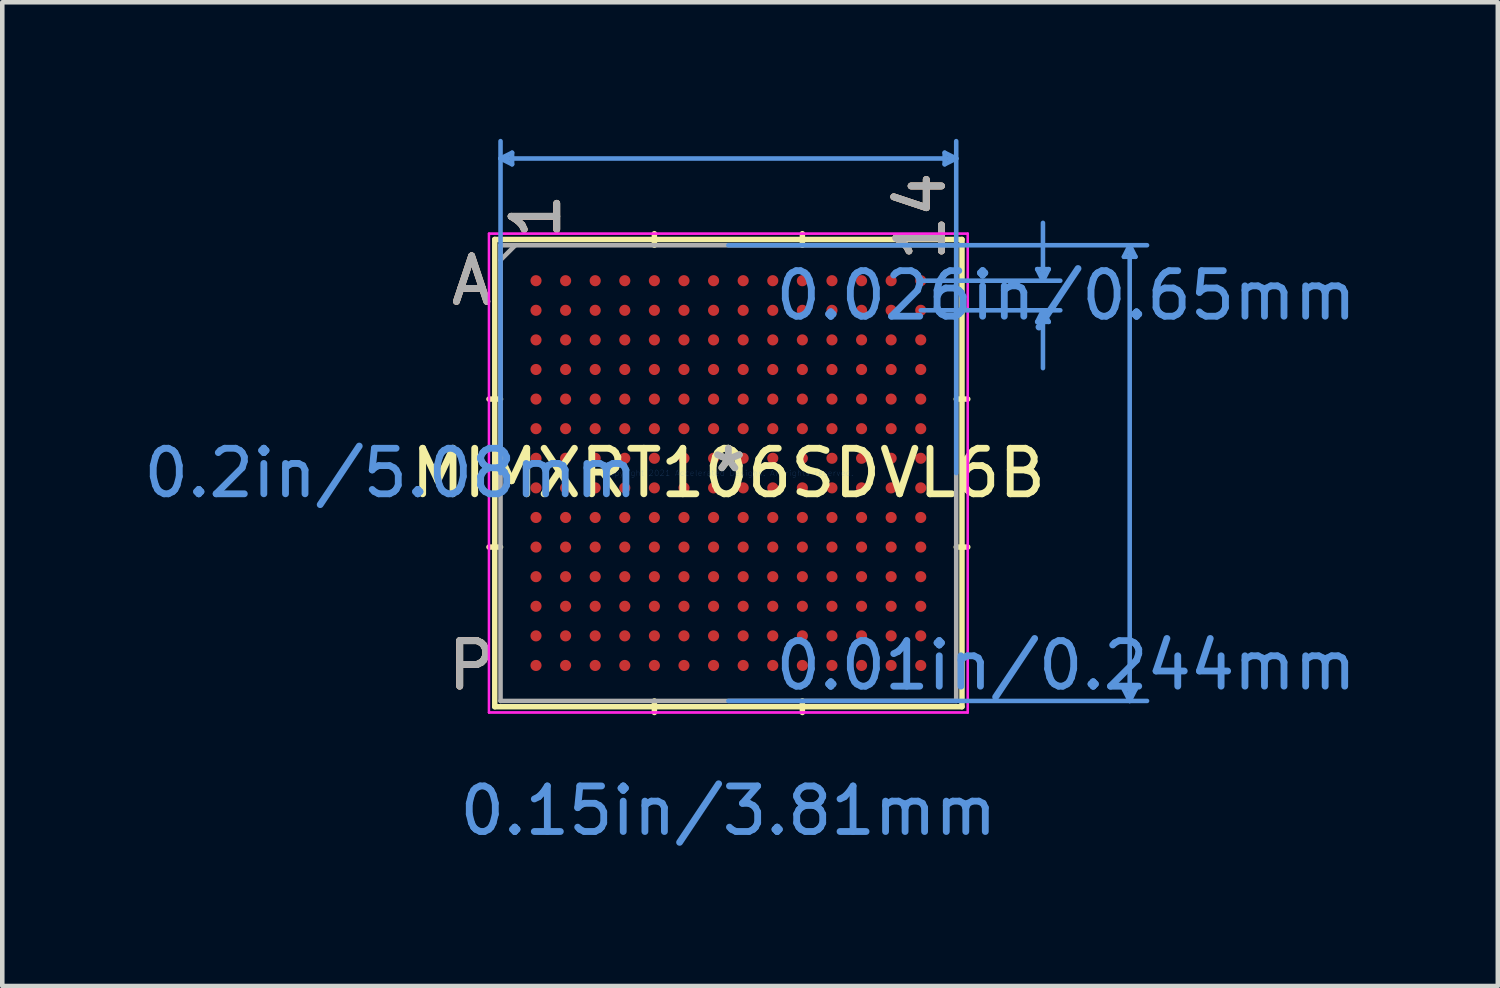
<source format=kicad_pcb>
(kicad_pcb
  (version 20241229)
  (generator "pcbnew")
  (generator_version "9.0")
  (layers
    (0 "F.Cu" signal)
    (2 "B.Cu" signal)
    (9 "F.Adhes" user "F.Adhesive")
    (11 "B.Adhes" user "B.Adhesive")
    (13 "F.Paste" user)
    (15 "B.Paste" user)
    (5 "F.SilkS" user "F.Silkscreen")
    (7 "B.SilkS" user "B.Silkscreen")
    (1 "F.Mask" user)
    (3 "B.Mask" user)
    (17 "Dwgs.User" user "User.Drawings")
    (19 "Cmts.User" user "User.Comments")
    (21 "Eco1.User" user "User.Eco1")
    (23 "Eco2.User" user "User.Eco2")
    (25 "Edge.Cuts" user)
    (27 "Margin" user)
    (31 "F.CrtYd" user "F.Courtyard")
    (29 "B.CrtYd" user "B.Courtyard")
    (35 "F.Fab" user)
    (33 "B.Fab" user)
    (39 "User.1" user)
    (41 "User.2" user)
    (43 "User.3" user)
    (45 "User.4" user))
  (footprint "MIMXRT106SDVL6B"
    (layer "F.Cu")
    (at 12.947 7.34)
    (property "Reference" "MIMXRT106SDVL6B" (at 0 0 0) (layer "F.SilkS") (effects (font (size 1 1) (thickness 0.15))))
    (attr through_hole)
    (fp_line (start -5.131 -5.131) (end -5.131 5.131) (stroke (width 0.12) (type solid)) (layer "F.SilkS"))
    (fp_line (start -5.131 5.131) (end 5.131 5.131) (stroke (width 0.12) (type solid)) (layer "F.SilkS"))
    (fp_line (start -5.004 -1.625) (end -5.258 -1.625) (stroke (width 0.12) (type solid)) (layer "F.SilkS"))
    (fp_line (start -5.004 1.625) (end -5.258 1.625) (stroke (width 0.12) (type solid)) (layer "F.SilkS"))
    (fp_line (start -1.625 -5.004) (end -1.625 -5.258) (stroke (width 0.12) (type solid)) (layer "F.SilkS"))
    (fp_line (start -1.625 5.004) (end -1.625 5.258) (stroke (width 0.12) (type solid)) (layer "F.SilkS"))
    (fp_line (start 1.625 -5.004) (end 1.625 -5.258) (stroke (width 0.12) (type solid)) (layer "F.SilkS"))
    (fp_line (start 1.625 5.004) (end 1.625 5.258) (stroke (width 0.12) (type solid)) (layer "F.SilkS"))
    (fp_line (start 5.004 -1.625) (end 5.258 -1.625) (stroke (width 0.12) (type solid)) (layer "F.SilkS"))
    (fp_line (start 5.004 1.625) (end 5.258 1.625) (stroke (width 0.12) (type solid)) (layer "F.SilkS"))
    (fp_line (start 5.131 -5.131) (end -5.131 -5.131) (stroke (width 0.12) (type solid)) (layer "F.SilkS"))
    (fp_line (start 5.131 5.131) (end 5.131 -5.131) (stroke (width 0.12) (type solid)) (layer "F.SilkS"))
    (fp_line (start -5.004 -6.909) (end -4.75 -7.036) (stroke (width 0.1) (type solid)) (layer "Cmts.User"))
    (fp_line (start -5.004 -6.909) (end -4.75 -6.782) (stroke (width 0.1) (type solid)) (layer "Cmts.User"))
    (fp_line (start -5.004 -6.909) (end 5.004 -6.909) (stroke (width 0.1) (type solid)) (layer "Cmts.User"))
    (fp_line (start -5.004 0) (end -5.004 -7.29) (stroke (width 0.1) (type solid)) (layer "Cmts.User"))
    (fp_line (start -4.75 -7.036) (end -4.75 -6.782) (stroke (width 0.1) (type solid)) (layer "Cmts.User"))
    (fp_line (start 0 -5.004) (end 9.195 -5.004) (stroke (width 0.1) (type solid)) (layer "Cmts.User"))
    (fp_line (start 0 5.004) (end 9.195 5.004) (stroke (width 0.1) (type solid)) (layer "Cmts.User"))
    (fp_line (start 4.225 -4.225) (end 7.29 -4.225) (stroke (width 0.1) (type solid)) (layer "Cmts.User"))
    (fp_line (start 4.225 -3.575) (end 7.29 -3.575) (stroke (width 0.1) (type solid)) (layer "Cmts.User"))
    (fp_line (start 4.75 -7.036) (end 4.75 -6.782) (stroke (width 0.1) (type solid)) (layer "Cmts.User"))
    (fp_line (start 5.004 -6.909) (end 4.75 -7.036) (stroke (width 0.1) (type solid)) (layer "Cmts.User"))
    (fp_line (start 5.004 -6.909) (end 4.75 -6.782) (stroke (width 0.1) (type solid)) (layer "Cmts.User"))
    (fp_line (start 5.004 0) (end 5.004 -7.29) (stroke (width 0.1) (type solid)) (layer "Cmts.User"))
    (fp_line (start 6.782 -4.479) (end 7.036 -4.479) (stroke (width 0.1) (type solid)) (layer "Cmts.User"))
    (fp_line (start 6.782 -3.321) (end 7.036 -3.321) (stroke (width 0.1) (type solid)) (layer "Cmts.User"))
    (fp_line (start 6.909 -4.225) (end 6.782 -4.479) (stroke (width 0.1) (type solid)) (layer "Cmts.User"))
    (fp_line (start 6.909 -4.225) (end 6.909 -5.495) (stroke (width 0.1) (type solid)) (layer "Cmts.User"))
    (fp_line (start 6.909 -4.225) (end 7.036 -4.479) (stroke (width 0.1) (type solid)) (layer "Cmts.User"))
    (fp_line (start 6.909 -3.575) (end 6.782 -3.321) (stroke (width 0.1) (type solid)) (layer "Cmts.User"))
    (fp_line (start 6.909 -3.575) (end 6.909 -2.305) (stroke (width 0.1) (type solid)) (layer "Cmts.User"))
    (fp_line (start 6.909 -3.575) (end 7.036 -3.321) (stroke (width 0.1) (type solid)) (layer "Cmts.User"))
    (fp_line (start 8.687 -4.75) (end 8.941 -4.75) (stroke (width 0.1) (type solid)) (layer "Cmts.User"))
    (fp_line (start 8.687 4.75) (end 8.941 4.75) (stroke (width 0.1) (type solid)) (layer "Cmts.User"))
    (fp_line (start 8.814 -5.004) (end 8.687 -4.75) (stroke (width 0.1) (type solid)) (layer "Cmts.User"))
    (fp_line (start 8.814 -5.004) (end 8.814 5.004) (stroke (width 0.1) (type solid)) (layer "Cmts.User"))
    (fp_line (start 8.814 -5.004) (end 8.941 -4.75) (stroke (width 0.1) (type solid)) (layer "Cmts.User"))
    (fp_line (start 8.814 5.004) (end 8.687 4.75) (stroke (width 0.1) (type solid)) (layer "Cmts.User"))
    (fp_line (start 8.814 5.004) (end 8.941 4.75) (stroke (width 0.1) (type solid)) (layer "Cmts.User"))
    (fp_line (start -5.258 -5.258) (end 5.258 -5.258) (stroke (width 0.05) (type solid)) (layer "F.CrtYd"))
    (fp_line (start -5.258 -5.258) (end 5.258 -5.258) (stroke (width 0.05) (type solid)) (layer "F.CrtYd"))
    (fp_line (start -5.258 5.258) (end -5.258 -5.258) (stroke (width 0.05) (type solid)) (layer "F.CrtYd"))
    (fp_line (start -5.258 5.258) (end -5.258 -5.258) (stroke (width 0.05) (type solid)) (layer "F.CrtYd"))
    (fp_line (start 5.258 -5.258) (end 5.258 5.258) (stroke (width 0.05) (type solid)) (layer "F.CrtYd"))
    (fp_line (start 5.258 -5.258) (end 5.258 5.258) (stroke (width 0.05) (type solid)) (layer "F.CrtYd"))
    (fp_line (start 5.258 5.258) (end -5.258 5.258) (stroke (width 0.05) (type solid)) (layer "F.CrtYd"))
    (fp_line (start 5.258 5.258) (end -5.258 5.258) (stroke (width 0.05) (type solid)) (layer "F.CrtYd"))
    (fp_line (start -5.004 -5.004) (end -5.004 5.004) (stroke (width 0.1) (type solid)) (layer "F.Fab"))
    (fp_line (start -5.004 5.004) (end 5.004 5.004) (stroke (width 0.1) (type solid)) (layer "F.Fab"))
    (fp_line (start -4.679 -5.004) (end -5.004 -4.679) (stroke (width 0.1) (type solid)) (layer "F.Fab"))
    (fp_line (start 5.004 -5.004) (end -5.004 -5.004) (stroke (width 0.1) (type solid)) (layer "F.Fab"))
    (fp_line (start 5.004 5.004) (end 5.004 -5.004) (stroke (width 0.1) (type solid)) (layer "F.Fab"))
    (fp_text user "P" (at -5.639 4.225 0) (layer "F.SilkS") (effects (font (size 1 1) (thickness 0.15))))
    (fp_text user "14" (at 4.225 -5.639 90) (layer "F.SilkS") (effects (font (size 1 1) (thickness 0.15))))
    (fp_text user "A" (at -5.639 -4.225 0) (layer "F.SilkS") (effects (font (size 1 1) (thickness 0.15))))
    (fp_text user "*" (at 0 0 0) (layer "F.SilkS") (effects (font (size 1 1) (thickness 0.15))))
    (fp_text user "1" (at -4.225 -5.639 90) (layer "F.SilkS") (effects (font (size 1 1) (thickness 0.15))))
    (fp_text user "1" (at -4.225 -5.639 90) (layer "B.SilkS") (effects (font (size 1 1) (thickness 0.15))))
    (fp_text user "A" (at -5.639 -4.225 0) (layer "B.SilkS") (effects (font (size 1 1) (thickness 0.15))))
    (fp_text user "14" (at 4.225 -5.639 90) (layer "B.SilkS") (effects (font (size 1 1) (thickness 0.15))))
    (fp_text user "P" (at -5.639 4.225 0) (layer "B.SilkS") (effects (font (size 1 1) (thickness 0.15))))
    (fp_text user "0.15in/3.81mm" (at 0 7.417 0) (layer "Cmts.User") (effects (font (size 1 1) (thickness 0.15))))
    (fp_text user "0.2in/5.08mm" (at -7.417 0 0) (layer "Cmts.User") (effects (font (size 1 1) (thickness 0.15))))
    (fp_text user "Copyright 2021 Accelerated Designs. All rights reserved." (at 0 0 0) (layer "Cmts.User") (effects (font (size 0.127 0.127) (thickness 0.002))))
    (fp_text user "0.01in/0.244mm" (at 7.417 4.225 0) (layer "Cmts.User") (effects (font (size 1 1) (thickness 0.15))))
    (fp_text user "0.026in/0.65mm" (at 7.417 -3.9 0) (layer "Cmts.User") (effects (font (size 1 1) (thickness 0.15))))
    (fp_text user "P" (at -5.639 4.225 0) (layer "F.Fab") (effects (font (size 1 1) (thickness 0.15))))
    (fp_text user "14" (at 4.225 -5.639 90) (layer "F.Fab") (effects (font (size 1 1) (thickness 0.15))))
    (fp_text user "A" (at -5.639 -4.225 0) (layer "F.Fab") (effects (font (size 1 1) (thickness 0.15))))
    (fp_text user "1" (at -4.225 -5.639 90) (layer "F.Fab") (effects (font (size 1 1) (thickness 0.15))))
    (fp_text user "*" (at 0 0 0) (layer "F.Fab") (effects (font (size 1 1) (thickness 0.15))))
    (pad "A1" smd circle (at -4.225 -4.225) (size 0.244 0.244) (layers "F.Cu" "F.Mask" "F.Paste"))
    (pad "A2" smd circle (at -3.575 -4.225) (size 0.244 0.244) (layers "F.Cu" "F.Mask" "F.Paste"))
    (pad "A3" smd circle (at -2.925 -4.225) (size 0.244 0.244) (layers "F.Cu" "F.Mask" "F.Paste"))
    (pad "A4" smd circle (at -2.275 -4.225) (size 0.244 0.244) (layers "F.Cu" "F.Mask" "F.Paste"))
    (pad "A5" smd circle (at -1.625 -4.225) (size 0.244 0.244) (layers "F.Cu" "F.Mask" "F.Paste"))
    (pad "A6" smd circle (at -0.975 -4.225) (size 0.244 0.244) (layers "F.Cu" "F.Mask" "F.Paste"))
    (pad "A7" smd circle (at -0.325 -4.225) (size 0.244 0.244) (layers "F.Cu" "F.Mask" "F.Paste"))
    (pad "A8" smd circle (at 0.325 -4.225) (size 0.244 0.244) (layers "F.Cu" "F.Mask" "F.Paste"))
    (pad "A9" smd circle (at 0.975 -4.225) (size 0.244 0.244) (layers "F.Cu" "F.Mask" "F.Paste"))
    (pad "A10" smd circle (at 1.625 -4.225) (size 0.244 0.244) (layers "F.Cu" "F.Mask" "F.Paste"))
    (pad "A11" smd circle (at 2.275 -4.225) (size 0.244 0.244) (layers "F.Cu" "F.Mask" "F.Paste"))
    (pad "A12" smd circle (at 2.925 -4.225) (size 0.244 0.244) (layers "F.Cu" "F.Mask" "F.Paste"))
    (pad "A13" smd circle (at 3.575 -4.225) (size 0.244 0.244) (layers "F.Cu" "F.Mask" "F.Paste"))
    (pad "A14" smd circle (at 4.225 -4.225) (size 0.244 0.244) (layers "F.Cu" "F.Mask" "F.Paste"))
    (pad "B1" smd circle (at -4.225 -3.575) (size 0.244 0.244) (layers "F.Cu" "F.Mask" "F.Paste"))
    (pad "B2" smd circle (at -3.575 -3.575) (size 0.244 0.244) (layers "F.Cu" "F.Mask" "F.Paste"))
    (pad "B3" smd circle (at -2.925 -3.575) (size 0.244 0.244) (layers "F.Cu" "F.Mask" "F.Paste"))
    (pad "B4" smd circle (at -2.275 -3.575) (size 0.244 0.244) (layers "F.Cu" "F.Mask" "F.Paste"))
    (pad "B5" smd circle (at -1.625 -3.575) (size 0.244 0.244) (layers "F.Cu" "F.Mask" "F.Paste"))
    (pad "B6" smd circle (at -0.975 -3.575) (size 0.244 0.244) (layers "F.Cu" "F.Mask" "F.Paste"))
    (pad "B7" smd circle (at -0.325 -3.575) (size 0.244 0.244) (layers "F.Cu" "F.Mask" "F.Paste"))
    (pad "B8" smd circle (at 0.325 -3.575) (size 0.244 0.244) (layers "F.Cu" "F.Mask" "F.Paste"))
    (pad "B9" smd circle (at 0.975 -3.575) (size 0.244 0.244) (layers "F.Cu" "F.Mask" "F.Paste"))
    (pad "B10" smd circle (at 1.625 -3.575) (size 0.244 0.244) (layers "F.Cu" "F.Mask" "F.Paste"))
    (pad "B11" smd circle (at 2.275 -3.575) (size 0.244 0.244) (layers "F.Cu" "F.Mask" "F.Paste"))
    (pad "B12" smd circle (at 2.925 -3.575) (size 0.244 0.244) (layers "F.Cu" "F.Mask" "F.Paste"))
    (pad "B13" smd circle (at 3.575 -3.575) (size 0.244 0.244) (layers "F.Cu" "F.Mask" "F.Paste"))
    (pad "B14" smd circle (at 4.225 -3.575) (size 0.244 0.244) (layers "F.Cu" "F.Mask" "F.Paste"))
    (pad "C1" smd circle (at -4.225 -2.925) (size 0.244 0.244) (layers "F.Cu" "F.Mask" "F.Paste"))
    (pad "C2" smd circle (at -3.575 -2.925) (size 0.244 0.244) (layers "F.Cu" "F.Mask" "F.Paste"))
    (pad "C3" smd circle (at -2.925 -2.925) (size 0.244 0.244) (layers "F.Cu" "F.Mask" "F.Paste"))
    (pad "C4" smd circle (at -2.275 -2.925) (size 0.244 0.244) (layers "F.Cu" "F.Mask" "F.Paste"))
    (pad "C5" smd circle (at -1.625 -2.925) (size 0.244 0.244) (layers "F.Cu" "F.Mask" "F.Paste"))
    (pad "C6" smd circle (at -0.975 -2.925) (size 0.244 0.244) (layers "F.Cu" "F.Mask" "F.Paste"))
    (pad "C7" smd circle (at -0.325 -2.925) (size 0.244 0.244) (layers "F.Cu" "F.Mask" "F.Paste"))
    (pad "C8" smd circle (at 0.325 -2.925) (size 0.244 0.244) (layers "F.Cu" "F.Mask" "F.Paste"))
    (pad "C9" smd circle (at 0.975 -2.925) (size 0.244 0.244) (layers "F.Cu" "F.Mask" "F.Paste"))
    (pad "C10" smd circle (at 1.625 -2.925) (size 0.244 0.244) (layers "F.Cu" "F.Mask" "F.Paste"))
    (pad "C11" smd circle (at 2.275 -2.925) (size 0.244 0.244) (layers "F.Cu" "F.Mask" "F.Paste"))
    (pad "C12" smd circle (at 2.925 -2.925) (size 0.244 0.244) (layers "F.Cu" "F.Mask" "F.Paste"))
    (pad "C13" smd circle (at 3.575 -2.925) (size 0.244 0.244) (layers "F.Cu" "F.Mask" "F.Paste"))
    (pad "C14" smd circle (at 4.225 -2.925) (size 0.244 0.244) (layers "F.Cu" "F.Mask" "F.Paste"))
    (pad "D1" smd circle (at -4.225 -2.275) (size 0.244 0.244) (layers "F.Cu" "F.Mask" "F.Paste"))
    (pad "D2" smd circle (at -3.575 -2.275) (size 0.244 0.244) (layers "F.Cu" "F.Mask" "F.Paste"))
    (pad "D3" smd circle (at -2.925 -2.275) (size 0.244 0.244) (layers "F.Cu" "F.Mask" "F.Paste"))
    (pad "D4" smd circle (at -2.275 -2.275) (size 0.244 0.244) (layers "F.Cu" "F.Mask" "F.Paste"))
    (pad "D5" smd circle (at -1.625 -2.275) (size 0.244 0.244) (layers "F.Cu" "F.Mask" "F.Paste"))
    (pad "D6" smd circle (at -0.975 -2.275) (size 0.244 0.244) (layers "F.Cu" "F.Mask" "F.Paste"))
    (pad "D7" smd circle (at -0.325 -2.275) (size 0.244 0.244) (layers "F.Cu" "F.Mask" "F.Paste"))
    (pad "D8" smd circle (at 0.325 -2.275) (size 0.244 0.244) (layers "F.Cu" "F.Mask" "F.Paste"))
    (pad "D9" smd circle (at 0.975 -2.275) (size 0.244 0.244) (layers "F.Cu" "F.Mask" "F.Paste"))
    (pad "D10" smd circle (at 1.625 -2.275) (size 0.244 0.244) (layers "F.Cu" "F.Mask" "F.Paste"))
    (pad "D11" smd circle (at 2.275 -2.275) (size 0.244 0.244) (layers "F.Cu" "F.Mask" "F.Paste"))
    (pad "D12" smd circle (at 2.925 -2.275) (size 0.244 0.244) (layers "F.Cu" "F.Mask" "F.Paste"))
    (pad "D13" smd circle (at 3.575 -2.275) (size 0.244 0.244) (layers "F.Cu" "F.Mask" "F.Paste"))
    (pad "D14" smd circle (at 4.225 -2.275) (size 0.244 0.244) (layers "F.Cu" "F.Mask" "F.Paste"))
    (pad "E1" smd circle (at -4.225 -1.625) (size 0.244 0.244) (layers "F.Cu" "F.Mask" "F.Paste"))
    (pad "E2" smd circle (at -3.575 -1.625) (size 0.244 0.244) (layers "F.Cu" "F.Mask" "F.Paste"))
    (pad "E3" smd circle (at -2.925 -1.625) (size 0.244 0.244) (layers "F.Cu" "F.Mask" "F.Paste"))
    (pad "E4" smd circle (at -2.275 -1.625) (size 0.244 0.244) (layers "F.Cu" "F.Mask" "F.Paste"))
    (pad "E5" smd circle (at -1.625 -1.625) (size 0.244 0.244) (layers "F.Cu" "F.Mask" "F.Paste"))
    (pad "E6" smd circle (at -0.975 -1.625) (size 0.244 0.244) (layers "F.Cu" "F.Mask" "F.Paste"))
    (pad "E7" smd circle (at -0.325 -1.625) (size 0.244 0.244) (layers "F.Cu" "F.Mask" "F.Paste"))
    (pad "E8" smd circle (at 0.325 -1.625) (size 0.244 0.244) (layers "F.Cu" "F.Mask" "F.Paste"))
    (pad "E9" smd circle (at 0.975 -1.625) (size 0.244 0.244) (layers "F.Cu" "F.Mask" "F.Paste"))
    (pad "E10" smd circle (at 1.625 -1.625) (size 0.244 0.244) (layers "F.Cu" "F.Mask" "F.Paste"))
    (pad "E11" smd circle (at 2.275 -1.625) (size 0.244 0.244) (layers "F.Cu" "F.Mask" "F.Paste"))
    (pad "E12" smd circle (at 2.925 -1.625) (size 0.244 0.244) (layers "F.Cu" "F.Mask" "F.Paste"))
    (pad "E13" smd circle (at 3.575 -1.625) (size 0.244 0.244) (layers "F.Cu" "F.Mask" "F.Paste"))
    (pad "E14" smd circle (at 4.225 -1.625) (size 0.244 0.244) (layers "F.Cu" "F.Mask" "F.Paste"))
    (pad "F1" smd circle (at -4.225 -0.975) (size 0.244 0.244) (layers "F.Cu" "F.Mask" "F.Paste"))
    (pad "F2" smd circle (at -3.575 -0.975) (size 0.244 0.244) (layers "F.Cu" "F.Mask" "F.Paste"))
    (pad "F3" smd circle (at -2.925 -0.975) (size 0.244 0.244) (layers "F.Cu" "F.Mask" "F.Paste"))
    (pad "F4" smd circle (at -2.275 -0.975) (size 0.244 0.244) (layers "F.Cu" "F.Mask" "F.Paste"))
    (pad "F5" smd circle (at -1.625 -0.975) (size 0.244 0.244) (layers "F.Cu" "F.Mask" "F.Paste"))
    (pad "F6" smd circle (at -0.975 -0.975) (size 0.244 0.244) (layers "F.Cu" "F.Mask" "F.Paste"))
    (pad "F7" smd circle (at -0.325 -0.975) (size 0.244 0.244) (layers "F.Cu" "F.Mask" "F.Paste"))
    (pad "F8" smd circle (at 0.325 -0.975) (size 0.244 0.244) (layers "F.Cu" "F.Mask" "F.Paste"))
    (pad "F9" smd circle (at 0.975 -0.975) (size 0.244 0.244) (layers "F.Cu" "F.Mask" "F.Paste"))
    (pad "F10" smd circle (at 1.625 -0.975) (size 0.244 0.244) (layers "F.Cu" "F.Mask" "F.Paste"))
    (pad "F11" smd circle (at 2.275 -0.975) (size 0.244 0.244) (layers "F.Cu" "F.Mask" "F.Paste"))
    (pad "F12" smd circle (at 2.925 -0.975) (size 0.244 0.244) (layers "F.Cu" "F.Mask" "F.Paste"))
    (pad "F13" smd circle (at 3.575 -0.975) (size 0.244 0.244) (layers "F.Cu" "F.Mask" "F.Paste"))
    (pad "F14" smd circle (at 4.225 -0.975) (size 0.244 0.244) (layers "F.Cu" "F.Mask" "F.Paste"))
    (pad "G1" smd circle (at -4.225 -0.325) (size 0.244 0.244) (layers "F.Cu" "F.Mask" "F.Paste"))
    (pad "G2" smd circle (at -3.575 -0.325) (size 0.244 0.244) (layers "F.Cu" "F.Mask" "F.Paste"))
    (pad "G3" smd circle (at -2.925 -0.325) (size 0.244 0.244) (layers "F.Cu" "F.Mask" "F.Paste"))
    (pad "G4" smd circle (at -2.275 -0.325) (size 0.244 0.244) (layers "F.Cu" "F.Mask" "F.Paste"))
    (pad "G5" smd circle (at -1.625 -0.325) (size 0.244 0.244) (layers "F.Cu" "F.Mask" "F.Paste"))
    (pad "G6" smd circle (at -0.975 -0.325) (size 0.244 0.244) (layers "F.Cu" "F.Mask" "F.Paste"))
    (pad "G7" smd circle (at -0.325 -0.325) (size 0.244 0.244) (layers "F.Cu" "F.Mask" "F.Paste"))
    (pad "G8" smd circle (at 0.325 -0.325) (size 0.244 0.244) (layers "F.Cu" "F.Mask" "F.Paste"))
    (pad "G9" smd circle (at 0.975 -0.325) (size 0.244 0.244) (layers "F.Cu" "F.Mask" "F.Paste"))
    (pad "G10" smd circle (at 1.625 -0.325) (size 0.244 0.244) (layers "F.Cu" "F.Mask" "F.Paste"))
    (pad "G11" smd circle (at 2.275 -0.325) (size 0.244 0.244) (layers "F.Cu" "F.Mask" "F.Paste"))
    (pad "G12" smd circle (at 2.925 -0.325) (size 0.244 0.244) (layers "F.Cu" "F.Mask" "F.Paste"))
    (pad "G13" smd circle (at 3.575 -0.325) (size 0.244 0.244) (layers "F.Cu" "F.Mask" "F.Paste"))
    (pad "G14" smd circle (at 4.225 -0.325) (size 0.244 0.244) (layers "F.Cu" "F.Mask" "F.Paste"))
    (pad "H1" smd circle (at -4.225 0.325) (size 0.244 0.244) (layers "F.Cu" "F.Mask" "F.Paste"))
    (pad "H2" smd circle (at -3.575 0.325) (size 0.244 0.244) (layers "F.Cu" "F.Mask" "F.Paste"))
    (pad "H3" smd circle (at -2.925 0.325) (size 0.244 0.244) (layers "F.Cu" "F.Mask" "F.Paste"))
    (pad "H4" smd circle (at -2.275 0.325) (size 0.244 0.244) (layers "F.Cu" "F.Mask" "F.Paste"))
    (pad "H5" smd circle (at -1.625 0.325) (size 0.244 0.244) (layers "F.Cu" "F.Mask" "F.Paste"))
    (pad "H6" smd circle (at -0.975 0.325) (size 0.244 0.244) (layers "F.Cu" "F.Mask" "F.Paste"))
    (pad "H7" smd circle (at -0.325 0.325) (size 0.244 0.244) (layers "F.Cu" "F.Mask" "F.Paste"))
    (pad "H8" smd circle (at 0.325 0.325) (size 0.244 0.244) (layers "F.Cu" "F.Mask" "F.Paste"))
    (pad "H9" smd circle (at 0.975 0.325) (size 0.244 0.244) (layers "F.Cu" "F.Mask" "F.Paste"))
    (pad "H10" smd circle (at 1.625 0.325) (size 0.244 0.244) (layers "F.Cu" "F.Mask" "F.Paste"))
    (pad "H11" smd circle (at 2.275 0.325) (size 0.244 0.244) (layers "F.Cu" "F.Mask" "F.Paste"))
    (pad "H12" smd circle (at 2.925 0.325) (size 0.244 0.244) (layers "F.Cu" "F.Mask" "F.Paste"))
    (pad "H13" smd circle (at 3.575 0.325) (size 0.244 0.244) (layers "F.Cu" "F.Mask" "F.Paste"))
    (pad "H14" smd circle (at 4.225 0.325) (size 0.244 0.244) (layers "F.Cu" "F.Mask" "F.Paste"))
    (pad "J1" smd circle (at -4.225 0.975) (size 0.244 0.244) (layers "F.Cu" "F.Mask" "F.Paste"))
    (pad "J2" smd circle (at -3.575 0.975) (size 0.244 0.244) (layers "F.Cu" "F.Mask" "F.Paste"))
    (pad "J3" smd circle (at -2.925 0.975) (size 0.244 0.244) (layers "F.Cu" "F.Mask" "F.Paste"))
    (pad "J4" smd circle (at -2.275 0.975) (size 0.244 0.244) (layers "F.Cu" "F.Mask" "F.Paste"))
    (pad "J5" smd circle (at -1.625 0.975) (size 0.244 0.244) (layers "F.Cu" "F.Mask" "F.Paste"))
    (pad "J6" smd circle (at -0.975 0.975) (size 0.244 0.244) (layers "F.Cu" "F.Mask" "F.Paste"))
    (pad "J7" smd circle (at -0.325 0.975) (size 0.244 0.244) (layers "F.Cu" "F.Mask" "F.Paste"))
    (pad "J8" smd circle (at 0.325 0.975) (size 0.244 0.244) (layers "F.Cu" "F.Mask" "F.Paste"))
    (pad "J9" smd circle (at 0.975 0.975) (size 0.244 0.244) (layers "F.Cu" "F.Mask" "F.Paste"))
    (pad "J10" smd circle (at 1.625 0.975) (size 0.244 0.244) (layers "F.Cu" "F.Mask" "F.Paste"))
    (pad "J11" smd circle (at 2.275 0.975) (size 0.244 0.244) (layers "F.Cu" "F.Mask" "F.Paste"))
    (pad "J12" smd circle (at 2.925 0.975) (size 0.244 0.244) (layers "F.Cu" "F.Mask" "F.Paste"))
    (pad "J13" smd circle (at 3.575 0.975) (size 0.244 0.244) (layers "F.Cu" "F.Mask" "F.Paste"))
    (pad "J14" smd circle (at 4.225 0.975) (size 0.244 0.244) (layers "F.Cu" "F.Mask" "F.Paste"))
    (pad "K1" smd circle (at -4.225 1.625) (size 0.244 0.244) (layers "F.Cu" "F.Mask" "F.Paste"))
    (pad "K2" smd circle (at -3.575 1.625) (size 0.244 0.244) (layers "F.Cu" "F.Mask" "F.Paste"))
    (pad "K3" smd circle (at -2.925 1.625) (size 0.244 0.244) (layers "F.Cu" "F.Mask" "F.Paste"))
    (pad "K4" smd circle (at -2.275 1.625) (size 0.244 0.244) (layers "F.Cu" "F.Mask" "F.Paste"))
    (pad "K5" smd circle (at -1.625 1.625) (size 0.244 0.244) (layers "F.Cu" "F.Mask" "F.Paste"))
    (pad "K6" smd circle (at -0.975 1.625) (size 0.244 0.244) (layers "F.Cu" "F.Mask" "F.Paste"))
    (pad "K7" smd circle (at -0.325 1.625) (size 0.244 0.244) (layers "F.Cu" "F.Mask" "F.Paste"))
    (pad "K8" smd circle (at 0.325 1.625) (size 0.244 0.244) (layers "F.Cu" "F.Mask" "F.Paste"))
    (pad "K9" smd circle (at 0.975 1.625) (size 0.244 0.244) (layers "F.Cu" "F.Mask" "F.Paste"))
    (pad "K10" smd circle (at 1.625 1.625) (size 0.244 0.244) (layers "F.Cu" "F.Mask" "F.Paste"))
    (pad "K11" smd circle (at 2.275 1.625) (size 0.244 0.244) (layers "F.Cu" "F.Mask" "F.Paste"))
    (pad "K12" smd circle (at 2.925 1.625) (size 0.244 0.244) (layers "F.Cu" "F.Mask" "F.Paste"))
    (pad "K13" smd circle (at 3.575 1.625) (size 0.244 0.244) (layers "F.Cu" "F.Mask" "F.Paste"))
    (pad "K14" smd circle (at 4.225 1.625) (size 0.244 0.244) (layers "F.Cu" "F.Mask" "F.Paste"))
    (pad "L1" smd circle (at -4.225 2.275) (size 0.244 0.244) (layers "F.Cu" "F.Mask" "F.Paste"))
    (pad "L2" smd circle (at -3.575 2.275) (size 0.244 0.244) (layers "F.Cu" "F.Mask" "F.Paste"))
    (pad "L3" smd circle (at -2.925 2.275) (size 0.244 0.244) (layers "F.Cu" "F.Mask" "F.Paste"))
    (pad "L4" smd circle (at -2.275 2.275) (size 0.244 0.244) (layers "F.Cu" "F.Mask" "F.Paste"))
    (pad "L5" smd circle (at -1.625 2.275) (size 0.244 0.244) (layers "F.Cu" "F.Mask" "F.Paste"))
    (pad "L6" smd circle (at -0.975 2.275) (size 0.244 0.244) (layers "F.Cu" "F.Mask" "F.Paste"))
    (pad "L7" smd circle (at -0.325 2.275) (size 0.244 0.244) (layers "F.Cu" "F.Mask" "F.Paste"))
    (pad "L8" smd circle (at 0.325 2.275) (size 0.244 0.244) (layers "F.Cu" "F.Mask" "F.Paste"))
    (pad "L9" smd circle (at 0.975 2.275) (size 0.244 0.244) (layers "F.Cu" "F.Mask" "F.Paste"))
    (pad "L10" smd circle (at 1.625 2.275) (size 0.244 0.244) (layers "F.Cu" "F.Mask" "F.Paste"))
    (pad "L11" smd circle (at 2.275 2.275) (size 0.244 0.244) (layers "F.Cu" "F.Mask" "F.Paste"))
    (pad "L12" smd circle (at 2.925 2.275) (size 0.244 0.244) (layers "F.Cu" "F.Mask" "F.Paste"))
    (pad "L13" smd circle (at 3.575 2.275) (size 0.244 0.244) (layers "F.Cu" "F.Mask" "F.Paste"))
    (pad "L14" smd circle (at 4.225 2.275) (size 0.244 0.244) (layers "F.Cu" "F.Mask" "F.Paste"))
    (pad "M1" smd circle (at -4.225 2.925) (size 0.244 0.244) (layers "F.Cu" "F.Mask" "F.Paste"))
    (pad "M2" smd circle (at -3.575 2.925) (size 0.244 0.244) (layers "F.Cu" "F.Mask" "F.Paste"))
    (pad "M3" smd circle (at -2.925 2.925) (size 0.244 0.244) (layers "F.Cu" "F.Mask" "F.Paste"))
    (pad "M4" smd circle (at -2.275 2.925) (size 0.244 0.244) (layers "F.Cu" "F.Mask" "F.Paste"))
    (pad "M5" smd circle (at -1.625 2.925) (size 0.244 0.244) (layers "F.Cu" "F.Mask" "F.Paste"))
    (pad "M6" smd circle (at -0.975 2.925) (size 0.244 0.244) (layers "F.Cu" "F.Mask" "F.Paste"))
    (pad "M7" smd circle (at -0.325 2.925) (size 0.244 0.244) (layers "F.Cu" "F.Mask" "F.Paste"))
    (pad "M8" smd circle (at 0.325 2.925) (size 0.244 0.244) (layers "F.Cu" "F.Mask" "F.Paste"))
    (pad "M9" smd circle (at 0.975 2.925) (size 0.244 0.244) (layers "F.Cu" "F.Mask" "F.Paste"))
    (pad "M10" smd circle (at 1.625 2.925) (size 0.244 0.244) (layers "F.Cu" "F.Mask" "F.Paste"))
    (pad "M11" smd circle (at 2.275 2.925) (size 0.244 0.244) (layers "F.Cu" "F.Mask" "F.Paste"))
    (pad "M12" smd circle (at 2.925 2.925) (size 0.244 0.244) (layers "F.Cu" "F.Mask" "F.Paste"))
    (pad "M13" smd circle (at 3.575 2.925) (size 0.244 0.244) (layers "F.Cu" "F.Mask" "F.Paste"))
    (pad "M14" smd circle (at 4.225 2.925) (size 0.244 0.244) (layers "F.Cu" "F.Mask" "F.Paste"))
    (pad "N1" smd circle (at -4.225 3.575) (size 0.244 0.244) (layers "F.Cu" "F.Mask" "F.Paste"))
    (pad "N2" smd circle (at -3.575 3.575) (size 0.244 0.244) (layers "F.Cu" "F.Mask" "F.Paste"))
    (pad "N3" smd circle (at -2.925 3.575) (size 0.244 0.244) (layers "F.Cu" "F.Mask" "F.Paste"))
    (pad "N4" smd circle (at -2.275 3.575) (size 0.244 0.244) (layers "F.Cu" "F.Mask" "F.Paste"))
    (pad "N5" smd circle (at -1.625 3.575) (size 0.244 0.244) (layers "F.Cu" "F.Mask" "F.Paste"))
    (pad "N6" smd circle (at -0.975 3.575) (size 0.244 0.244) (layers "F.Cu" "F.Mask" "F.Paste"))
    (pad "N7" smd circle (at -0.325 3.575) (size 0.244 0.244) (layers "F.Cu" "F.Mask" "F.Paste"))
    (pad "N8" smd circle (at 0.325 3.575) (size 0.244 0.244) (layers "F.Cu" "F.Mask" "F.Paste"))
    (pad "N9" smd circle (at 0.975 3.575) (size 0.244 0.244) (layers "F.Cu" "F.Mask" "F.Paste"))
    (pad "N10" smd circle (at 1.625 3.575) (size 0.244 0.244) (layers "F.Cu" "F.Mask" "F.Paste"))
    (pad "N11" smd circle (at 2.275 3.575) (size 0.244 0.244) (layers "F.Cu" "F.Mask" "F.Paste"))
    (pad "N12" smd circle (at 2.925 3.575) (size 0.244 0.244) (layers "F.Cu" "F.Mask" "F.Paste"))
    (pad "N13" smd circle (at 3.575 3.575) (size 0.244 0.244) (layers "F.Cu" "F.Mask" "F.Paste"))
    (pad "N14" smd circle (at 4.225 3.575) (size 0.244 0.244) (layers "F.Cu" "F.Mask" "F.Paste"))
    (pad "P1" smd circle (at -4.225 4.225) (size 0.244 0.244) (layers "F.Cu" "F.Mask" "F.Paste"))
    (pad "P2" smd circle (at -3.575 4.225) (size 0.244 0.244) (layers "F.Cu" "F.Mask" "F.Paste"))
    (pad "P3" smd circle (at -2.925 4.225) (size 0.244 0.244) (layers "F.Cu" "F.Mask" "F.Paste"))
    (pad "P4" smd circle (at -2.275 4.225) (size 0.244 0.244) (layers "F.Cu" "F.Mask" "F.Paste"))
    (pad "P5" smd circle (at -1.625 4.225) (size 0.244 0.244) (layers "F.Cu" "F.Mask" "F.Paste"))
    (pad "P6" smd circle (at -0.975 4.225) (size 0.244 0.244) (layers "F.Cu" "F.Mask" "F.Paste"))
    (pad "P7" smd circle (at -0.325 4.225) (size 0.244 0.244) (layers "F.Cu" "F.Mask" "F.Paste"))
    (pad "P8" smd circle (at 0.325 4.225) (size 0.244 0.244) (layers "F.Cu" "F.Mask" "F.Paste"))
    (pad "P9" smd circle (at 0.975 4.225) (size 0.244 0.244) (layers "F.Cu" "F.Mask" "F.Paste"))
    (pad "P10" smd circle (at 1.625 4.225) (size 0.244 0.244) (layers "F.Cu" "F.Mask" "F.Paste"))
    (pad "P11" smd circle (at 2.275 4.225) (size 0.244 0.244) (layers "F.Cu" "F.Mask" "F.Paste"))
    (pad "P12" smd circle (at 2.925 4.225) (size 0.244 0.244) (layers "F.Cu" "F.Mask" "F.Paste"))
    (pad "P13" smd circle (at 3.575 4.225) (size 0.244 0.244) (layers "F.Cu" "F.Mask" "F.Paste"))
    (pad "P14" smd circle (at 4.225 4.225) (size 0.244 0.244) (layers "F.Cu" "F.Mask" "F.Paste")))
  (gr_rect
    (start -3 -3)
    (end 29.846 18.605)
    (stroke (width 0.1) (type default))
    (fill no)
    (layer "Edge.Cuts")))
</source>
